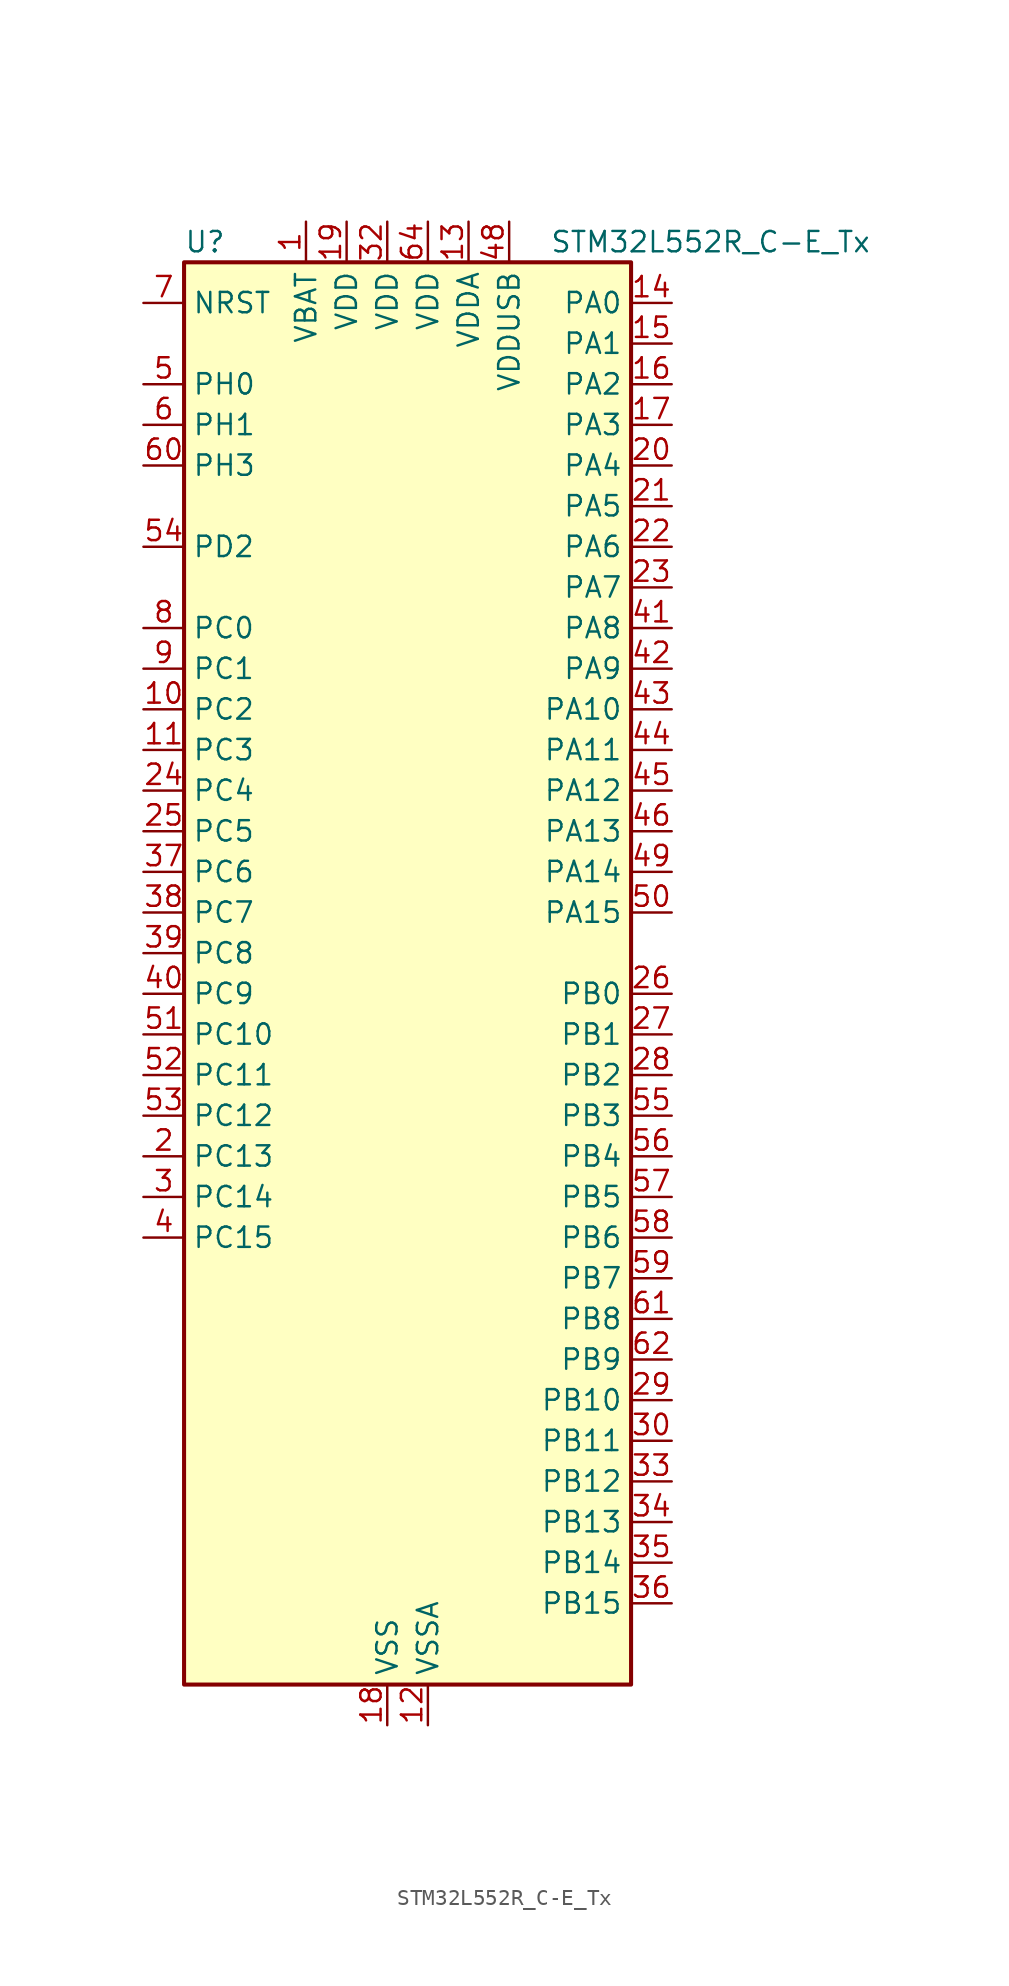
<source format=kicad_sym>
(kicad_symbol_lib
  (version 20231120)
  (generator "kicad_symbol_editor")
  (generator_version "8.0")
  (symbol "STM32L552R_C-E_Tx"
    (property "Reference" "U"
      (at -12.7 46.99 0)
      (effects (font (size 1.27 1.27)) (justify left)))
    (property "Value" "STM32L552R_C-E_Tx"
      (at 10.16 46.99 0)
      (effects (font (size 1.27 1.27)) (justify left)))
    (property "ki_locked" ""
      (at 0 0 0)
      (effects (font (size 1.27 1.27))))
    (symbol "STM32L552R_C-E_Tx_0_1"
      (rectangle (start -12.7 -43.18) (end 15.24 45.72) (stroke (width 0.254) (type default)) (fill (type background))))
    (symbol "STM32L552R_C-E_Tx_1_1"
      (pin power_in line (at -5.08 48.26 270) (length 2.54) (name "VBAT" (effects (font (size 1.27 1.27)))) (number "1" (effects (font (size 1.27 1.27)))))
      (pin bidirectional line (at -15.24 17.78 0) (length 2.54) (name "PC2" (effects (font (size 1.27 1.27)))) (number "10" (effects (font (size 1.27 1.27)))) (alternate "ADC1_IN3" bidirectional line) (alternate "ADC2_IN3" bidirectional line) (alternate "DFSDM1_CKOUT" bidirectional line) (alternate "LPTIM1_IN2" bidirectional line) (alternate "OCTOSPI1_IO5" bidirectional line) (alternate "SPI2_MISO" bidirectional line))
      (pin bidirectional line (at -15.24 15.24 0) (length 2.54) (name "PC3" (effects (font (size 1.27 1.27)))) (number "11" (effects (font (size 1.27 1.27)))) (alternate "ADC1_IN4" bidirectional line) (alternate "ADC2_IN4" bidirectional line) (alternate "LPTIM1_ETR" bidirectional line) (alternate "LPTIM2_ETR" bidirectional line) (alternate "LPTIM3_OUT" bidirectional line) (alternate "OCTOSPI1_IO6" bidirectional line) (alternate "SAI1_D1" bidirectional line) (alternate "SAI1_SD_A" bidirectional line) (alternate "SPI2_MOSI" bidirectional line))
      (pin power_in line (at 2.54 -45.72 90) (length 2.54) (name "VSSA" (effects (font (size 1.27 1.27)))) (number "12" (effects (font (size 1.27 1.27)))))
      (pin power_in line (at 5.08 48.26 270) (length 2.54) (name "VDDA" (effects (font (size 1.27 1.27)))) (number "13" (effects (font (size 1.27 1.27)))) (alternate "VREFBUF_OUT" bidirectional line))
      (pin bidirectional line (at 17.78 43.18 180) (length 2.54) (name "PA0" (effects (font (size 1.27 1.27)))) (number "14" (effects (font (size 1.27 1.27)))) (alternate "ADC1_IN5" bidirectional line) (alternate "ADC2_IN5" bidirectional line) (alternate "OPAMP1_VINP" bidirectional line) (alternate "PWR_WKUP1" bidirectional line) (alternate "SAI1_EXTCLK" bidirectional line) (alternate "TAMP_IN2" bidirectional line) (alternate "TAMP_OUT1" bidirectional line) (alternate "TIM2_CH1" bidirectional line) (alternate "TIM2_ETR" bidirectional line) (alternate "TIM5_CH1" bidirectional line) (alternate "TIM8_ETR" bidirectional line) (alternate "UART4_TX" bidirectional line) (alternate "USART2_CTS" bidirectional line) (alternate "USART2_NSS" bidirectional line))
      (pin bidirectional line (at 17.78 40.64 180) (length 2.54) (name "PA1" (effects (font (size 1.27 1.27)))) (number "15" (effects (font (size 1.27 1.27)))) (alternate "ADC1_IN6" bidirectional line) (alternate "ADC2_IN6" bidirectional line) (alternate "I2C1_SMBA" bidirectional line) (alternate "OCTOSPI1_DQS" bidirectional line) (alternate "OPAMP1_VINM" bidirectional line) (alternate "SPI1_SCK" bidirectional line) (alternate "TAMP_IN5" bidirectional line) (alternate "TAMP_OUT4" bidirectional line) (alternate "TIM15_CH1N" bidirectional line) (alternate "TIM2_CH2" bidirectional line) (alternate "TIM5_CH2" bidirectional line) (alternate "UART4_RX" bidirectional line) (alternate "USART2_DE" bidirectional line) (alternate "USART2_RTS" bidirectional line))
      (pin bidirectional line (at 17.78 38.1 180) (length 2.54) (name "PA2" (effects (font (size 1.27 1.27)))) (number "16" (effects (font (size 1.27 1.27)))) (alternate "ADC1_IN7" bidirectional line) (alternate "ADC2_IN7" bidirectional line) (alternate "COMP1_INP" bidirectional line) (alternate "LPUART1_TX" bidirectional line) (alternate "OCTOSPI1_NCS" bidirectional line) (alternate "PWR_WKUP4" bidirectional line) (alternate "RCC_LSCO" bidirectional line) (alternate "SAI2_EXTCLK" bidirectional line) (alternate "TIM15_CH1" bidirectional line) (alternate "TIM2_CH3" bidirectional line) (alternate "TIM5_CH3" bidirectional line) (alternate "UCPD1_FRSTX1" bidirectional line) (alternate "USART2_TX" bidirectional line))
      (pin bidirectional line (at 17.78 35.56 180) (length 2.54) (name "PA3" (effects (font (size 1.27 1.27)))) (number "17" (effects (font (size 1.27 1.27)))) (alternate "ADC1_IN8" bidirectional line) (alternate "ADC2_IN8" bidirectional line) (alternate "LPUART1_RX" bidirectional line) (alternate "OCTOSPI1_CLK" bidirectional line) (alternate "OPAMP1_VOUT" bidirectional line) (alternate "SAI1_CK1" bidirectional line) (alternate "SAI1_MCLK_A" bidirectional line) (alternate "TIM15_CH2" bidirectional line) (alternate "TIM2_CH4" bidirectional line) (alternate "TIM5_CH4" bidirectional line) (alternate "USART2_RX" bidirectional line))
      (pin power_in line (at 0 -45.72 90) (length 2.54) (name "VSS" (effects (font (size 1.27 1.27)))) (number "18" (effects (font (size 1.27 1.27)))))
      (pin power_in line (at -2.54 48.26 270) (length 2.54) (name "VDD" (effects (font (size 1.27 1.27)))) (number "19" (effects (font (size 1.27 1.27)))))
      (pin bidirectional line (at -15.24 -10.16 0) (length 2.54) (name "PC13" (effects (font (size 1.27 1.27)))) (number "2" (effects (font (size 1.27 1.27)))) (alternate "PWR_WKUP2" bidirectional line) (alternate "RTC_OUT1" bidirectional line) (alternate "RTC_TS" bidirectional line) (alternate "TAMP_IN1" bidirectional line) (alternate "TAMP_OUT2" bidirectional line))
      (pin bidirectional line (at 17.78 33.02 180) (length 2.54) (name "PA4" (effects (font (size 1.27 1.27)))) (number "20" (effects (font (size 1.27 1.27)))) (alternate "ADC1_IN9" bidirectional line) (alternate "ADC2_IN9" bidirectional line) (alternate "DAC1_OUT1" bidirectional line) (alternate "LPTIM2_OUT" bidirectional line) (alternate "OCTOSPI1_NCS" bidirectional line) (alternate "SAI1_FS_B" bidirectional line) (alternate "SPI1_NSS" bidirectional line) (alternate "SPI3_NSS" bidirectional line) (alternate "USART2_CK" bidirectional line))
      (pin bidirectional line (at 17.78 30.48 180) (length 2.54) (name "PA5" (effects (font (size 1.27 1.27)))) (number "21" (effects (font (size 1.27 1.27)))) (alternate "ADC1_IN10" bidirectional line) (alternate "ADC2_IN10" bidirectional line) (alternate "DAC1_OUT2" bidirectional line) (alternate "LPTIM2_ETR" bidirectional line) (alternate "SPI1_SCK" bidirectional line) (alternate "TIM2_CH1" bidirectional line) (alternate "TIM2_ETR" bidirectional line) (alternate "TIM8_CH1N" bidirectional line))
      (pin bidirectional line (at 17.78 27.94 180) (length 2.54) (name "PA6" (effects (font (size 1.27 1.27)))) (number "22" (effects (font (size 1.27 1.27)))) (alternate "ADC1_IN11" bidirectional line) (alternate "ADC2_IN11" bidirectional line) (alternate "LPUART1_CTS" bidirectional line) (alternate "OCTOSPI1_IO3" bidirectional line) (alternate "OPAMP2_VINP" bidirectional line) (alternate "SPI1_MISO" bidirectional line) (alternate "TIM16_CH1" bidirectional line) (alternate "TIM1_BKIN" bidirectional line) (alternate "TIM3_CH1" bidirectional line) (alternate "TIM8_BKIN" bidirectional line) (alternate "USART3_CTS" bidirectional line) (alternate "USART3_NSS" bidirectional line))
      (pin bidirectional line (at 17.78 25.4 180) (length 2.54) (name "PA7" (effects (font (size 1.27 1.27)))) (number "23" (effects (font (size 1.27 1.27)))) (alternate "ADC1_IN12" bidirectional line) (alternate "ADC2_IN12" bidirectional line) (alternate "I2C3_SCL" bidirectional line) (alternate "OCTOSPI1_IO2" bidirectional line) (alternate "OPAMP2_VINM" bidirectional line) (alternate "SPI1_MOSI" bidirectional line) (alternate "TIM17_CH1" bidirectional line) (alternate "TIM1_CH1N" bidirectional line) (alternate "TIM3_CH2" bidirectional line) (alternate "TIM8_CH1N" bidirectional line))
      (pin bidirectional line (at -15.24 12.7 0) (length 2.54) (name "PC4" (effects (font (size 1.27 1.27)))) (number "24" (effects (font (size 1.27 1.27)))) (alternate "ADC1_IN13" bidirectional line) (alternate "ADC2_IN13" bidirectional line) (alternate "COMP1_INM" bidirectional line) (alternate "OCTOSPI1_IO7" bidirectional line) (alternate "USART3_TX" bidirectional line))
      (pin bidirectional line (at -15.24 10.16 0) (length 2.54) (name "PC5" (effects (font (size 1.27 1.27)))) (number "25" (effects (font (size 1.27 1.27)))) (alternate "ADC1_IN14" bidirectional line) (alternate "ADC2_IN14" bidirectional line) (alternate "COMP1_INP" bidirectional line) (alternate "PWR_WKUP5" bidirectional line) (alternate "SAI1_D3" bidirectional line) (alternate "TAMP_IN4" bidirectional line) (alternate "TAMP_OUT5" bidirectional line) (alternate "USART3_RX" bidirectional line))
      (pin bidirectional line (at 17.78 0 180) (length 2.54) (name "PB0" (effects (font (size 1.27 1.27)))) (number "26" (effects (font (size 1.27 1.27)))) (alternate "ADC1_IN15" bidirectional line) (alternate "ADC2_IN15" bidirectional line) (alternate "COMP1_OUT" bidirectional line) (alternate "OCTOSPI1_IO1" bidirectional line) (alternate "OPAMP2_VOUT" bidirectional line) (alternate "SAI1_EXTCLK" bidirectional line) (alternate "SPI1_NSS" bidirectional line) (alternate "TIM1_CH2N" bidirectional line) (alternate "TIM3_CH3" bidirectional line) (alternate "TIM8_CH2N" bidirectional line) (alternate "USART3_CK" bidirectional line))
      (pin bidirectional line (at 17.78 -2.54 180) (length 2.54) (name "PB1" (effects (font (size 1.27 1.27)))) (number "27" (effects (font (size 1.27 1.27)))) (alternate "ADC1_IN16" bidirectional line) (alternate "ADC2_IN16" bidirectional line) (alternate "COMP1_INM" bidirectional line) (alternate "DFSDM1_DATIN0" bidirectional line) (alternate "LPTIM2_IN1" bidirectional line) (alternate "LPUART1_DE" bidirectional line) (alternate "LPUART1_RTS" bidirectional line) (alternate "OCTOSPI1_IO0" bidirectional line) (alternate "TIM1_CH3N" bidirectional line) (alternate "TIM3_CH4" bidirectional line) (alternate "TIM8_CH3N" bidirectional line) (alternate "USART3_DE" bidirectional line) (alternate "USART3_RTS" bidirectional line))
      (pin bidirectional line (at 17.78 -5.08 180) (length 2.54) (name "PB2" (effects (font (size 1.27 1.27)))) (number "28" (effects (font (size 1.27 1.27)))) (alternate "COMP1_INP" bidirectional line) (alternate "DFSDM1_CKIN0" bidirectional line) (alternate "I2C3_SMBA" bidirectional line) (alternate "LPTIM1_OUT" bidirectional line) (alternate "OCTOSPI1_DQS" bidirectional line) (alternate "RTC_OUT2" bidirectional line) (alternate "UCPD1_FRSTX1" bidirectional line))
      (pin bidirectional line (at 17.78 -25.4 180) (length 2.54) (name "PB10" (effects (font (size 1.27 1.27)))) (number "29" (effects (font (size 1.27 1.27)))) (alternate "COMP1_OUT" bidirectional line) (alternate "I2C2_SCL" bidirectional line) (alternate "I2C4_SCL" bidirectional line) (alternate "LPTIM3_OUT" bidirectional line) (alternate "LPUART1_RX" bidirectional line) (alternate "OCTOSPI1_CLK" bidirectional line) (alternate "SAI1_SCK_A" bidirectional line) (alternate "SPI2_SCK" bidirectional line) (alternate "TIM2_CH3" bidirectional line) (alternate "TSC_SYNC" bidirectional line) (alternate "USART3_TX" bidirectional line))
      (pin bidirectional line (at -15.24 -12.7 0) (length 2.54) (name "PC14" (effects (font (size 1.27 1.27)))) (number "3" (effects (font (size 1.27 1.27)))) (alternate "RCC_OSC32_IN" bidirectional line))
      (pin bidirectional line (at 17.78 -27.94 180) (length 2.54) (name "PB11" (effects (font (size 1.27 1.27)))) (number "30" (effects (font (size 1.27 1.27)))) (alternate "ADC1_EXTI11" bidirectional line) (alternate "ADC2_EXTI11" bidirectional line) (alternate "COMP2_OUT" bidirectional line) (alternate "I2C2_SDA" bidirectional line) (alternate "I2C4_SDA" bidirectional line) (alternate "LPUART1_TX" bidirectional line) (alternate "OCTOSPI1_NCS" bidirectional line) (alternate "TIM2_CH4" bidirectional line) (alternate "USART3_RX" bidirectional line))
      (pin passive line (at 0 -45.72 90) (length 2.54) hide (name "VSS" (effects (font (size 1.27 1.27)))) (number "31" (effects (font (size 1.27 1.27)))))
      (pin power_in line (at 0 48.26 270) (length 2.54) (name "VDD" (effects (font (size 1.27 1.27)))) (number "32" (effects (font (size 1.27 1.27)))))
      (pin bidirectional line (at 17.78 -30.48 180) (length 2.54) (name "PB12" (effects (font (size 1.27 1.27)))) (number "33" (effects (font (size 1.27 1.27)))) (alternate "DFSDM1_DATIN1" bidirectional line) (alternate "I2C2_SMBA" bidirectional line) (alternate "LPUART1_DE" bidirectional line) (alternate "LPUART1_RTS" bidirectional line) (alternate "OCTOSPI1_NCLK" bidirectional line) (alternate "SAI2_FS_A" bidirectional line) (alternate "SPI2_NSS" bidirectional line) (alternate "TIM15_BKIN" bidirectional line) (alternate "TIM1_BKIN" bidirectional line) (alternate "TSC_G1_IO1" bidirectional line) (alternate "USART3_CK" bidirectional line))
      (pin bidirectional line (at 17.78 -33.02 180) (length 2.54) (name "PB13" (effects (font (size 1.27 1.27)))) (number "34" (effects (font (size 1.27 1.27)))) (alternate "DFSDM1_CKIN1" bidirectional line) (alternate "I2C2_SCL" bidirectional line) (alternate "LPTIM3_IN1" bidirectional line) (alternate "LPUART1_CTS" bidirectional line) (alternate "SAI2_SCK_A" bidirectional line) (alternate "SPI2_SCK" bidirectional line) (alternate "TIM15_CH1N" bidirectional line) (alternate "TIM1_CH1N" bidirectional line) (alternate "TSC_G1_IO2" bidirectional line) (alternate "UCPD1_FRSTX2" bidirectional line) (alternate "USART3_CTS" bidirectional line) (alternate "USART3_NSS" bidirectional line))
      (pin bidirectional line (at 17.78 -35.56 180) (length 2.54) (name "PB14" (effects (font (size 1.27 1.27)))) (number "35" (effects (font (size 1.27 1.27)))) (alternate "DFSDM1_DATIN2" bidirectional line) (alternate "I2C2_SDA" bidirectional line) (alternate "LPTIM3_ETR" bidirectional line) (alternate "SAI2_MCLK_A" bidirectional line) (alternate "SPI2_MISO" bidirectional line) (alternate "TIM15_CH1" bidirectional line) (alternate "TIM1_CH2N" bidirectional line) (alternate "TIM8_CH2N" bidirectional line) (alternate "TSC_G1_IO3" bidirectional line) (alternate "UCPD1_DBCC2" bidirectional line) (alternate "USART3_DE" bidirectional line) (alternate "USART3_RTS" bidirectional line))
      (pin bidirectional line (at 17.78 -38.1 180) (length 2.54) (name "PB15" (effects (font (size 1.27 1.27)))) (number "36" (effects (font (size 1.27 1.27)))) (alternate "ADC1_EXTI15" bidirectional line) (alternate "ADC2_EXTI15" bidirectional line) (alternate "DFSDM1_CKIN2" bidirectional line) (alternate "RTC_REFIN" bidirectional line) (alternate "SAI2_SD_A" bidirectional line) (alternate "SPI2_MOSI" bidirectional line) (alternate "TIM15_CH2" bidirectional line) (alternate "TIM1_CH3N" bidirectional line) (alternate "TIM8_CH3N" bidirectional line) (alternate "UCPD1_CC2" bidirectional line))
      (pin bidirectional line (at -15.24 7.62 0) (length 2.54) (name "PC6" (effects (font (size 1.27 1.27)))) (number "37" (effects (font (size 1.27 1.27)))) (alternate "DFSDM1_CKIN3" bidirectional line) (alternate "SAI2_MCLK_A" bidirectional line) (alternate "SDMMC1_D0DIR" bidirectional line) (alternate "SDMMC1_D6" bidirectional line) (alternate "TIM3_CH1" bidirectional line) (alternate "TIM8_CH1" bidirectional line) (alternate "TSC_G4_IO1" bidirectional line))
      (pin bidirectional line (at -15.24 5.08 0) (length 2.54) (name "PC7" (effects (font (size 1.27 1.27)))) (number "38" (effects (font (size 1.27 1.27)))) (alternate "DFSDM1_DATIN3" bidirectional line) (alternate "SAI2_MCLK_B" bidirectional line) (alternate "SDMMC1_D123DIR" bidirectional line) (alternate "SDMMC1_D7" bidirectional line) (alternate "TIM3_CH2" bidirectional line) (alternate "TIM8_CH2" bidirectional line) (alternate "TSC_G4_IO2" bidirectional line))
      (pin bidirectional line (at -15.24 2.54 0) (length 2.54) (name "PC8" (effects (font (size 1.27 1.27)))) (number "39" (effects (font (size 1.27 1.27)))) (alternate "SDMMC1_D0" bidirectional line) (alternate "TIM3_CH3" bidirectional line) (alternate "TIM8_CH3" bidirectional line) (alternate "TSC_G4_IO3" bidirectional line))
      (pin bidirectional line (at -15.24 -15.24 0) (length 2.54) (name "PC15" (effects (font (size 1.27 1.27)))) (number "4" (effects (font (size 1.27 1.27)))) (alternate "ADC1_EXTI15" bidirectional line) (alternate "ADC2_EXTI15" bidirectional line) (alternate "RCC_OSC32_OUT" bidirectional line))
      (pin bidirectional line (at -15.24 0 0) (length 2.54) (name "PC9" (effects (font (size 1.27 1.27)))) (number "40" (effects (font (size 1.27 1.27)))) (alternate "DAC1_EXTI9" bidirectional line) (alternate "DEBUG_TRACED0" bidirectional line) (alternate "SAI2_EXTCLK" bidirectional line) (alternate "SDMMC1_D1" bidirectional line) (alternate "TIM3_CH4" bidirectional line) (alternate "TIM8_BKIN2" bidirectional line) (alternate "TIM8_CH4" bidirectional line) (alternate "TSC_G4_IO4" bidirectional line) (alternate "USB_NOE" bidirectional line))
      (pin bidirectional line (at 17.78 22.86 180) (length 2.54) (name "PA8" (effects (font (size 1.27 1.27)))) (number "41" (effects (font (size 1.27 1.27)))) (alternate "LPTIM2_OUT" bidirectional line) (alternate "RCC_MCO" bidirectional line) (alternate "SAI1_CK2" bidirectional line) (alternate "SAI1_SCK_A" bidirectional line) (alternate "TIM1_CH1" bidirectional line) (alternate "USART1_CK" bidirectional line))
      (pin bidirectional line (at 17.78 20.32 180) (length 2.54) (name "PA9" (effects (font (size 1.27 1.27)))) (number "42" (effects (font (size 1.27 1.27)))) (alternate "DAC1_EXTI9" bidirectional line) (alternate "SAI1_FS_A" bidirectional line) (alternate "SPI2_SCK" bidirectional line) (alternate "TIM15_BKIN" bidirectional line) (alternate "TIM1_CH2" bidirectional line) (alternate "USART1_TX" bidirectional line))
      (pin bidirectional line (at 17.78 17.78 180) (length 2.54) (name "PA10" (effects (font (size 1.27 1.27)))) (number "43" (effects (font (size 1.27 1.27)))) (alternate "CRS_SYNC" bidirectional line) (alternate "SAI1_D1" bidirectional line) (alternate "SAI1_SD_A" bidirectional line) (alternate "TIM17_BKIN" bidirectional line) (alternate "TIM1_CH3" bidirectional line) (alternate "USART1_RX" bidirectional line))
      (pin bidirectional line (at 17.78 15.24 180) (length 2.54) (name "PA11" (effects (font (size 1.27 1.27)))) (number "44" (effects (font (size 1.27 1.27)))) (alternate "ADC1_EXTI11" bidirectional line) (alternate "ADC2_EXTI11" bidirectional line) (alternate "FDCAN1_RX" bidirectional line) (alternate "SPI1_MISO" bidirectional line) (alternate "TIM1_BKIN2" bidirectional line) (alternate "TIM1_CH4" bidirectional line) (alternate "USART1_CTS" bidirectional line) (alternate "USART1_NSS" bidirectional line) (alternate "USB_DM" bidirectional line))
      (pin bidirectional line (at 17.78 12.7 180) (length 2.54) (name "PA12" (effects (font (size 1.27 1.27)))) (number "45" (effects (font (size 1.27 1.27)))) (alternate "FDCAN1_TX" bidirectional line) (alternate "SPI1_MOSI" bidirectional line) (alternate "TIM1_ETR" bidirectional line) (alternate "USART1_DE" bidirectional line) (alternate "USART1_RTS" bidirectional line) (alternate "USB_DP" bidirectional line))
      (pin bidirectional line (at 17.78 10.16 180) (length 2.54) (name "PA13" (effects (font (size 1.27 1.27)))) (number "46" (effects (font (size 1.27 1.27)))) (alternate "DEBUG_JTMS-SWDIO" bidirectional line) (alternate "IR_OUT" bidirectional line) (alternate "SAI1_SD_B" bidirectional line) (alternate "USB_NOE" bidirectional line))
      (pin passive line (at 0 -45.72 90) (length 2.54) hide (name "VSS" (effects (font (size 1.27 1.27)))) (number "47" (effects (font (size 1.27 1.27)))))
      (pin power_in line (at 7.62 48.26 270) (length 2.54) (name "VDDUSB" (effects (font (size 1.27 1.27)))) (number "48" (effects (font (size 1.27 1.27)))))
      (pin bidirectional line (at 17.78 7.62 180) (length 2.54) (name "PA14" (effects (font (size 1.27 1.27)))) (number "49" (effects (font (size 1.27 1.27)))) (alternate "DEBUG_JTCK-SWCLK" bidirectional line) (alternate "I2C1_SMBA" bidirectional line) (alternate "I2C4_SMBA" bidirectional line) (alternate "LPTIM1_OUT" bidirectional line) (alternate "SAI1_FS_B" bidirectional line))
      (pin bidirectional line (at -15.24 38.1 0) (length 2.54) (name "PH0" (effects (font (size 1.27 1.27)))) (number "5" (effects (font (size 1.27 1.27)))) (alternate "RCC_OSC_IN" bidirectional line))
      (pin bidirectional line (at 17.78 5.08 180) (length 2.54) (name "PA15" (effects (font (size 1.27 1.27)))) (number "50" (effects (font (size 1.27 1.27)))) (alternate "ADC1_EXTI15" bidirectional line) (alternate "ADC2_EXTI15" bidirectional line) (alternate "DEBUG_JTDI" bidirectional line) (alternate "SAI2_FS_B" bidirectional line) (alternate "SPI1_NSS" bidirectional line) (alternate "SPI3_NSS" bidirectional line) (alternate "TIM2_CH1" bidirectional line) (alternate "TIM2_ETR" bidirectional line) (alternate "UART4_DE" bidirectional line) (alternate "UART4_RTS" bidirectional line) (alternate "UCPD1_CC1" bidirectional line) (alternate "USART2_RX" bidirectional line) (alternate "USART3_DE" bidirectional line) (alternate "USART3_RTS" bidirectional line))
      (pin bidirectional line (at -15.24 -2.54 0) (length 2.54) (name "PC10" (effects (font (size 1.27 1.27)))) (number "51" (effects (font (size 1.27 1.27)))) (alternate "DEBUG_TRACED1" bidirectional line) (alternate "LPTIM3_ETR" bidirectional line) (alternate "SAI2_SCK_B" bidirectional line) (alternate "SDMMC1_D2" bidirectional line) (alternate "SPI3_SCK" bidirectional line) (alternate "TSC_G3_IO2" bidirectional line) (alternate "UART4_TX" bidirectional line) (alternate "USART3_TX" bidirectional line))
      (pin bidirectional line (at -15.24 -5.08 0) (length 2.54) (name "PC11" (effects (font (size 1.27 1.27)))) (number "52" (effects (font (size 1.27 1.27)))) (alternate "ADC1_EXTI11" bidirectional line) (alternate "ADC2_EXTI11" bidirectional line) (alternate "LPTIM3_IN1" bidirectional line) (alternate "OCTOSPI1_NCS" bidirectional line) (alternate "SAI2_MCLK_B" bidirectional line) (alternate "SDMMC1_D3" bidirectional line) (alternate "SPI3_MISO" bidirectional line) (alternate "TSC_G3_IO3" bidirectional line) (alternate "UART4_RX" bidirectional line) (alternate "UCPD1_FRSTX2" bidirectional line) (alternate "USART3_RX" bidirectional line))
      (pin bidirectional line (at -15.24 -7.62 0) (length 2.54) (name "PC12" (effects (font (size 1.27 1.27)))) (number "53" (effects (font (size 1.27 1.27)))) (alternate "DEBUG_TRACED3" bidirectional line) (alternate "SAI2_SD_B" bidirectional line) (alternate "SDMMC1_CK" bidirectional line) (alternate "SPI3_MOSI" bidirectional line) (alternate "TSC_G3_IO4" bidirectional line) (alternate "UART5_TX" bidirectional line) (alternate "USART3_CK" bidirectional line))
      (pin bidirectional line (at -15.24 27.94 0) (length 2.54) (name "PD2" (effects (font (size 1.27 1.27)))) (number "54" (effects (font (size 1.27 1.27)))) (alternate "DEBUG_TRACED2" bidirectional line) (alternate "SDMMC1_CMD" bidirectional line) (alternate "TIM3_ETR" bidirectional line) (alternate "TSC_SYNC" bidirectional line) (alternate "UART5_RX" bidirectional line) (alternate "USART3_DE" bidirectional line) (alternate "USART3_RTS" bidirectional line))
      (pin bidirectional line (at 17.78 -7.62 180) (length 2.54) (name "PB3" (effects (font (size 1.27 1.27)))) (number "55" (effects (font (size 1.27 1.27)))) (alternate "COMP2_INM" bidirectional line) (alternate "CRS_SYNC" bidirectional line) (alternate "DEBUG_JTDO-SWO" bidirectional line) (alternate "SAI1_SCK_B" bidirectional line) (alternate "SPI1_SCK" bidirectional line) (alternate "SPI3_SCK" bidirectional line) (alternate "TIM2_CH2" bidirectional line) (alternate "USART1_DE" bidirectional line) (alternate "USART1_RTS" bidirectional line))
      (pin bidirectional line (at 17.78 -10.16 180) (length 2.54) (name "PB4" (effects (font (size 1.27 1.27)))) (number "56" (effects (font (size 1.27 1.27)))) (alternate "COMP2_INP" bidirectional line) (alternate "DEBUG_JTRST" bidirectional line) (alternate "I2C3_SDA" bidirectional line) (alternate "SAI1_MCLK_B" bidirectional line) (alternate "SPI1_MISO" bidirectional line) (alternate "SPI3_MISO" bidirectional line) (alternate "TIM17_BKIN" bidirectional line) (alternate "TIM3_CH1" bidirectional line) (alternate "TSC_G2_IO1" bidirectional line) (alternate "UART5_DE" bidirectional line) (alternate "UART5_RTS" bidirectional line) (alternate "USART1_CTS" bidirectional line) (alternate "USART1_NSS" bidirectional line))
      (pin bidirectional line (at 17.78 -12.7 180) (length 2.54) (name "PB5" (effects (font (size 1.27 1.27)))) (number "57" (effects (font (size 1.27 1.27)))) (alternate "COMP2_OUT" bidirectional line) (alternate "I2C1_SMBA" bidirectional line) (alternate "LPTIM1_IN1" bidirectional line) (alternate "OCTOSPI1_NCLK" bidirectional line) (alternate "SAI1_SD_B" bidirectional line) (alternate "SPI1_MOSI" bidirectional line) (alternate "SPI3_MOSI" bidirectional line) (alternate "TIM16_BKIN" bidirectional line) (alternate "TIM3_CH2" bidirectional line) (alternate "TSC_G2_IO2" bidirectional line) (alternate "UART5_CTS" bidirectional line) (alternate "UCPD1_DBCC1" bidirectional line) (alternate "USART1_CK" bidirectional line))
      (pin bidirectional line (at 17.78 -15.24 180) (length 2.54) (name "PB6" (effects (font (size 1.27 1.27)))) (number "58" (effects (font (size 1.27 1.27)))) (alternate "COMP2_INP" bidirectional line) (alternate "I2C1_SCL" bidirectional line) (alternate "I2C4_SCL" bidirectional line) (alternate "LPTIM1_ETR" bidirectional line) (alternate "SAI1_FS_B" bidirectional line) (alternate "TIM16_CH1N" bidirectional line) (alternate "TIM4_CH1" bidirectional line) (alternate "TIM8_BKIN2" bidirectional line) (alternate "TSC_G2_IO3" bidirectional line) (alternate "USART1_TX" bidirectional line))
      (pin bidirectional line (at 17.78 -17.78 180) (length 2.54) (name "PB7" (effects (font (size 1.27 1.27)))) (number "59" (effects (font (size 1.27 1.27)))) (alternate "COMP2_INM" bidirectional line) (alternate "I2C1_SDA" bidirectional line) (alternate "I2C4_SDA" bidirectional line) (alternate "LPTIM1_IN2" bidirectional line) (alternate "PWR_PVD_IN" bidirectional line) (alternate "TIM17_CH1N" bidirectional line) (alternate "TIM4_CH2" bidirectional line) (alternate "TIM8_BKIN" bidirectional line) (alternate "TSC_G2_IO4" bidirectional line) (alternate "UART4_CTS" bidirectional line) (alternate "USART1_RX" bidirectional line))
      (pin bidirectional line (at -15.24 35.56 0) (length 2.54) (name "PH1" (effects (font (size 1.27 1.27)))) (number "6" (effects (font (size 1.27 1.27)))) (alternate "RCC_OSC_OUT" bidirectional line))
      (pin bidirectional line (at -15.24 33.02 0) (length 2.54) (name "PH3" (effects (font (size 1.27 1.27)))) (number "60" (effects (font (size 1.27 1.27)))))
      (pin bidirectional line (at 17.78 -20.32 180) (length 2.54) (name "PB8" (effects (font (size 1.27 1.27)))) (number "61" (effects (font (size 1.27 1.27)))) (alternate "DFSDM1_CKOUT" bidirectional line) (alternate "FDCAN1_RX" bidirectional line) (alternate "I2C1_SCL" bidirectional line) (alternate "SAI1_CK1" bidirectional line) (alternate "SAI1_MCLK_A" bidirectional line) (alternate "SDMMC1_CKIN" bidirectional line) (alternate "SDMMC1_D4" bidirectional line) (alternate "TIM16_CH1" bidirectional line) (alternate "TIM4_CH3" bidirectional line))
      (pin bidirectional line (at 17.78 -22.86 180) (length 2.54) (name "PB9" (effects (font (size 1.27 1.27)))) (number "62" (effects (font (size 1.27 1.27)))) (alternate "DAC1_EXTI9" bidirectional line) (alternate "FDCAN1_TX" bidirectional line) (alternate "I2C1_SDA" bidirectional line) (alternate "IR_OUT" bidirectional line) (alternate "SAI1_D2" bidirectional line) (alternate "SAI1_FS_A" bidirectional line) (alternate "SDMMC1_CDIR" bidirectional line) (alternate "SDMMC1_D5" bidirectional line) (alternate "SPI2_NSS" bidirectional line) (alternate "TIM17_CH1" bidirectional line) (alternate "TIM4_CH4" bidirectional line))
      (pin passive line (at 0 -45.72 90) (length 2.54) hide (name "VSS" (effects (font (size 1.27 1.27)))) (number "63" (effects (font (size 1.27 1.27)))))
      (pin power_in line (at 2.54 48.26 270) (length 2.54) (name "VDD" (effects (font (size 1.27 1.27)))) (number "64" (effects (font (size 1.27 1.27)))))
      (pin input line (at -15.24 43.18 0) (length 2.54) (name "NRST" (effects (font (size 1.27 1.27)))) (number "7" (effects (font (size 1.27 1.27)))))
      (pin bidirectional line (at -15.24 22.86 0) (length 2.54) (name "PC0" (effects (font (size 1.27 1.27)))) (number "8" (effects (font (size 1.27 1.27)))) (alternate "ADC1_IN1" bidirectional line) (alternate "ADC2_IN1" bidirectional line) (alternate "I2C3_SCL" bidirectional line) (alternate "LPTIM1_IN1" bidirectional line) (alternate "LPTIM2_IN1" bidirectional line) (alternate "LPUART1_RX" bidirectional line) (alternate "OCTOSPI1_IO7" bidirectional line) (alternate "SAI2_FS_A" bidirectional line) (alternate "SDMMC1_D5" bidirectional line))
      (pin bidirectional line (at -15.24 20.32 0) (length 2.54) (name "PC1" (effects (font (size 1.27 1.27)))) (number "9" (effects (font (size 1.27 1.27)))) (alternate "ADC1_IN2" bidirectional line) (alternate "ADC2_IN2" bidirectional line) (alternate "DEBUG_TRACED0" bidirectional line) (alternate "I2C3_SDA" bidirectional line) (alternate "LPTIM1_OUT" bidirectional line) (alternate "LPUART1_TX" bidirectional line) (alternate "OCTOSPI1_IO4" bidirectional line) (alternate "SAI1_SD_A" bidirectional line) (alternate "SPI2_MOSI" bidirectional line)))))
</source>
